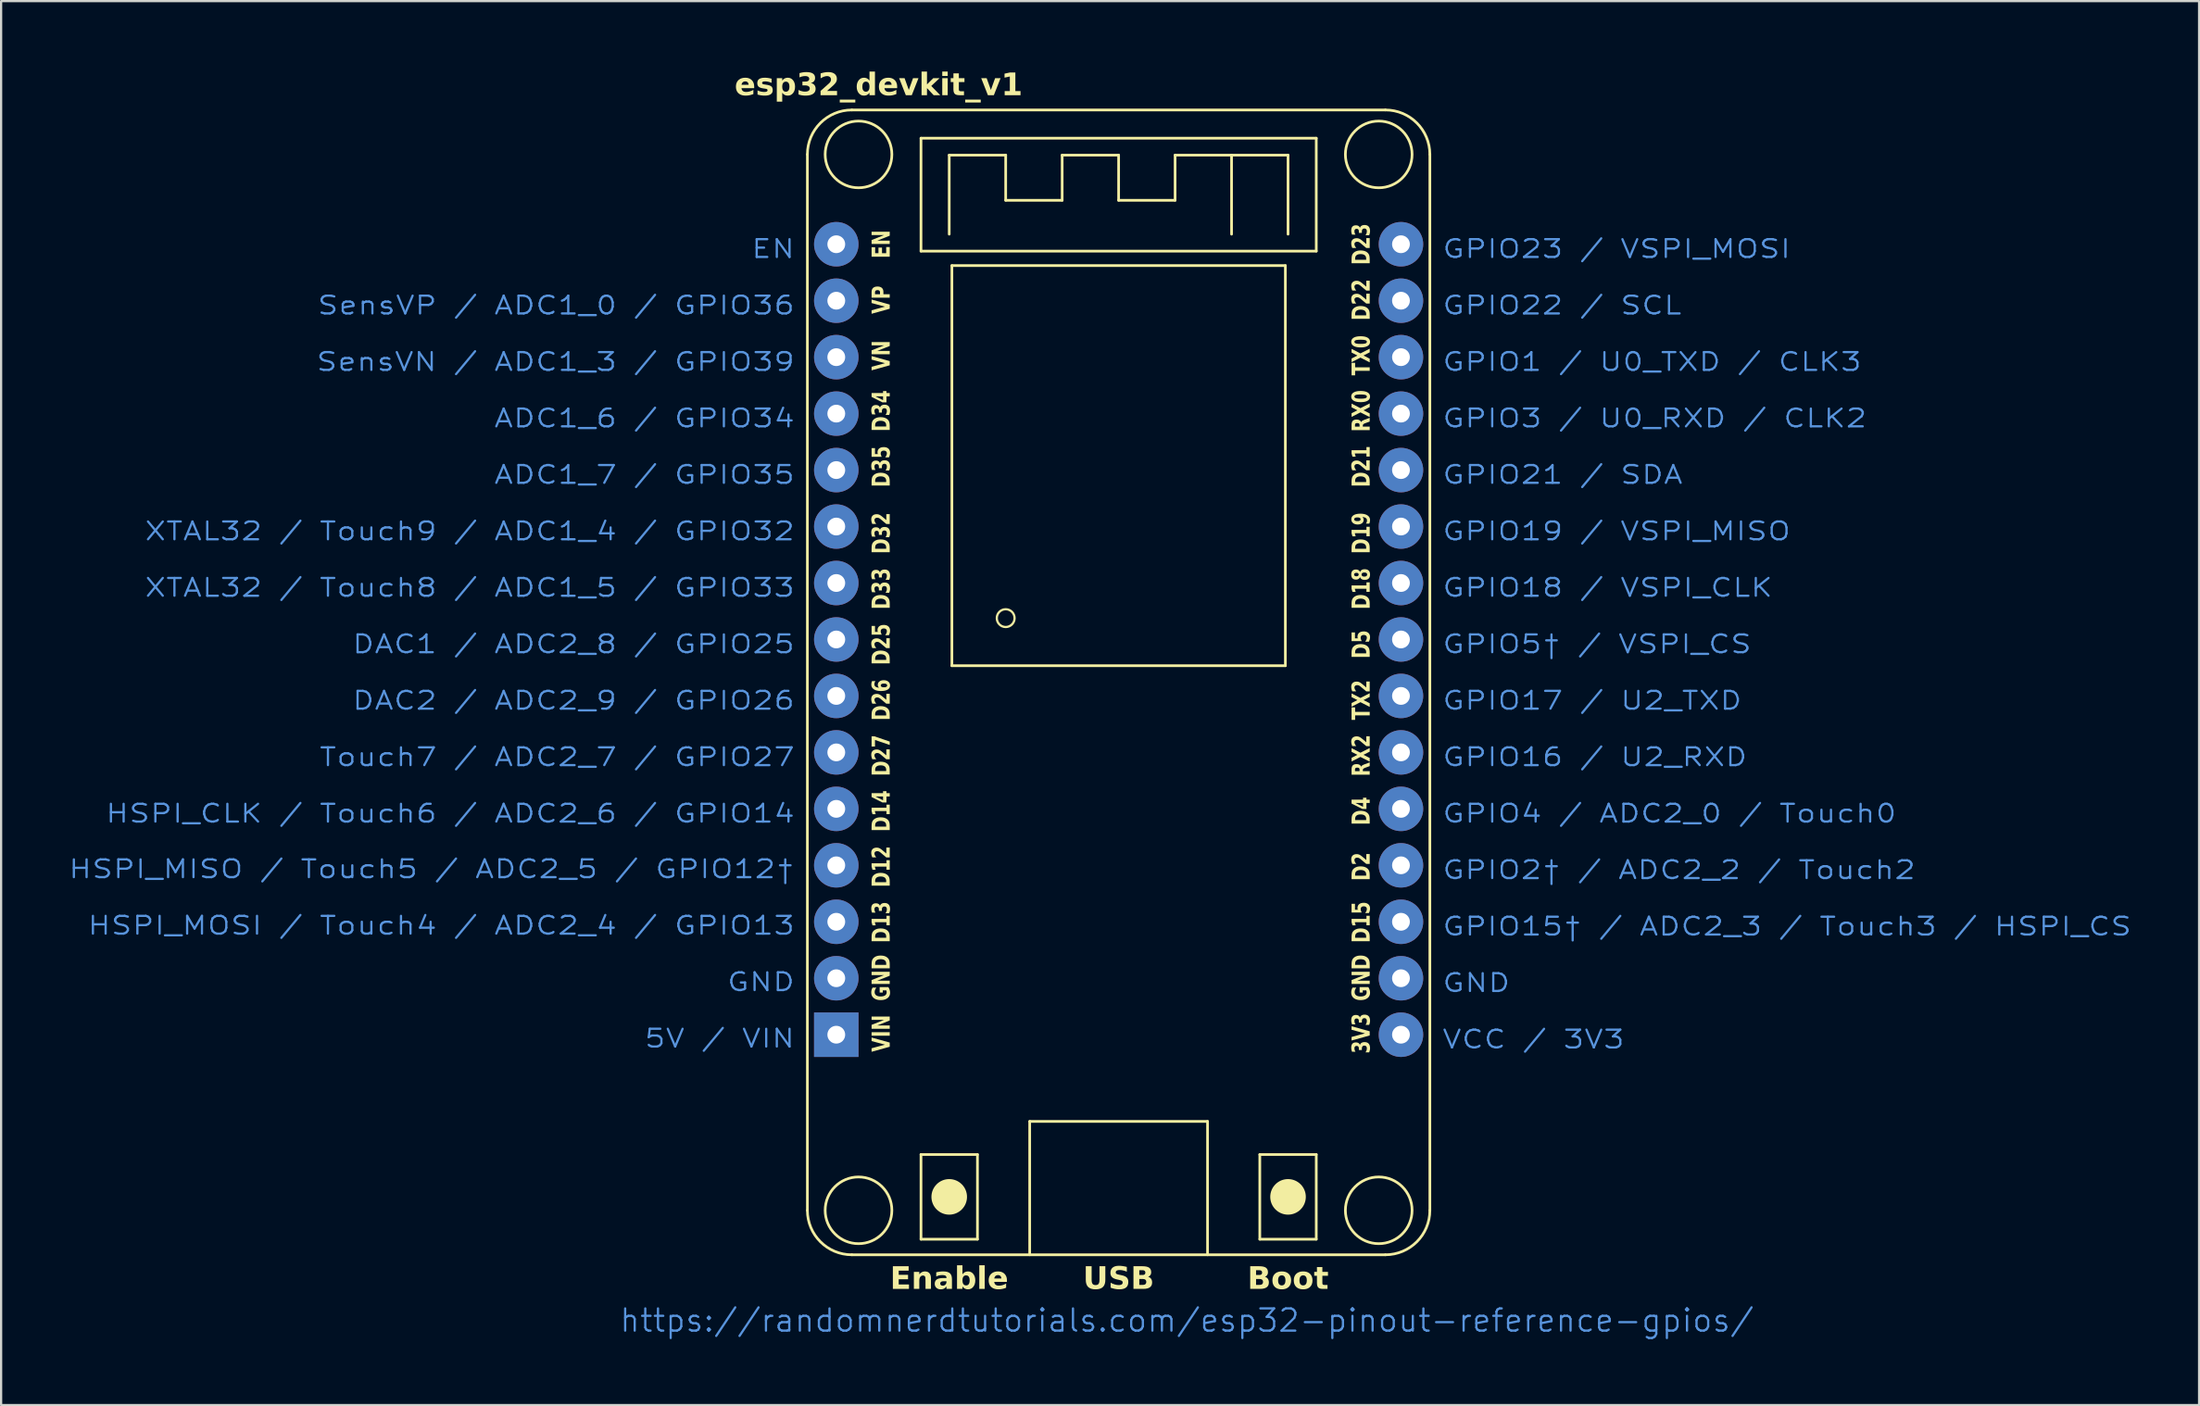
<source format=kicad_pcb>
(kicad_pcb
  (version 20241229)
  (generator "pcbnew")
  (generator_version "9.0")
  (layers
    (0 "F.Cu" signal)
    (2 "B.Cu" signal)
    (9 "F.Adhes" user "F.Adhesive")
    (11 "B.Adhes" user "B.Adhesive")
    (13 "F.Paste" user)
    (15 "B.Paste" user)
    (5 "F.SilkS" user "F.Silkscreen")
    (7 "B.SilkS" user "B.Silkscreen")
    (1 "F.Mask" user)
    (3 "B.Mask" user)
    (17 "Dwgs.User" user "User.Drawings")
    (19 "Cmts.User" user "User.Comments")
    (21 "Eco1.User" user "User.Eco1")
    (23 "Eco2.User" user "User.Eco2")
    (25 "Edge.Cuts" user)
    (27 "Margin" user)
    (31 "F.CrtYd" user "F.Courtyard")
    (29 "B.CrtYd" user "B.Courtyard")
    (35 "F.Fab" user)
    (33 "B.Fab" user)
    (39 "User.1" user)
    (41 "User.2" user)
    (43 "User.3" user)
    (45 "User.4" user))
  (footprint "esp32_devkit_v1"
    (layer "F.Cu")
    (at 47.267 7.937)
    (property "Reference" "esp32_devkit_v1" (at -10.795 -7.12 0) (layer "F.SilkS") (effects (font (face "Verdana") (size 1 1) (thickness 0.15) (bold yes))))
    (attr smd)
    (fp_line (start -14 -4.04) (end -14 43.46) (stroke (width 0.12) (type solid)) (layer "F.SilkS"))
    (fp_line (start -12 -6.04) (end 12 -6.04) (stroke (width 0.12) (type solid)) (layer "F.SilkS"))
    (fp_line (start -12 45.46) (end 12 45.46) (stroke (width 0.12) (type solid)) (layer "F.SilkS"))
    (fp_line (start -8.89 -4.77) (end 8.89 -4.77) (stroke (width 0.12) (type solid)) (layer "F.SilkS"))
    (fp_line (start -8.89 0.31) (end -8.89 -4.77) (stroke (width 0.12) (type solid)) (layer "F.SilkS"))
    (fp_line (start -8.89 40.95) (end -6.35 40.95) (stroke (width 0.12) (type solid)) (layer "F.SilkS"))
    (fp_line (start -8.89 44.76) (end -8.89 40.95) (stroke (width 0.12) (type solid)) (layer "F.SilkS"))
    (fp_line (start -7.62 -4.008) (end -5.08 -4.008) (stroke (width 0.12) (type solid)) (layer "F.SilkS"))
    (fp_line (start -7.62 -0.452) (end -7.62 -4.008) (stroke (width 0.12) (type solid)) (layer "F.SilkS"))
    (fp_line (start -7.5 0.96) (end 7.5 0.96) (stroke (width 0.12) (type solid)) (layer "F.SilkS"))
    (fp_line (start -7.5 18.96) (end -7.5 0.96) (stroke (width 0.12) (type solid)) (layer "F.SilkS"))
    (fp_line (start -6.35 40.95) (end -6.35 44.76) (stroke (width 0.12) (type solid)) (layer "F.SilkS"))
    (fp_line (start -6.35 44.76) (end -8.89 44.76) (stroke (width 0.12) (type solid)) (layer "F.SilkS"))
    (fp_line (start -5.08 -4.008) (end -5.08 -1.976) (stroke (width 0.12) (type solid)) (layer "F.SilkS"))
    (fp_line (start -5.08 -1.976) (end -2.54 -1.976) (stroke (width 0.12) (type solid)) (layer "F.SilkS"))
    (fp_line (start -4 39.46) (end -4 45.46) (stroke (width 0.12) (type solid)) (layer "F.SilkS"))
    (fp_line (start -4 39.46) (end 4 39.46) (stroke (width 0.12) (type solid)) (layer "F.SilkS"))
    (fp_line (start -2.54 -4.008) (end 0 -4.008) (stroke (width 0.12) (type solid)) (layer "F.SilkS"))
    (fp_line (start -2.54 -1.976) (end -2.54 -4.008) (stroke (width 0.12) (type solid)) (layer "F.SilkS"))
    (fp_line (start 0 -4.008) (end 0 -1.976) (stroke (width 0.12) (type solid)) (layer "F.SilkS"))
    (fp_line (start 0 -1.976) (end 2.54 -1.976) (stroke (width 0.12) (type solid)) (layer "F.SilkS"))
    (fp_line (start 2.54 -4.008) (end 7.62 -4.008) (stroke (width 0.12) (type solid)) (layer "F.SilkS"))
    (fp_line (start 2.54 -1.976) (end 2.54 -4.008) (stroke (width 0.12) (type solid)) (layer "F.SilkS"))
    (fp_line (start 4 39.46) (end 4 45.46) (stroke (width 0.12) (type solid)) (layer "F.SilkS"))
    (fp_line (start 5.08 -4.008) (end 5.08 -0.452) (stroke (width 0.12) (type solid)) (layer "F.SilkS"))
    (fp_line (start 6.35 40.95) (end 8.89 40.95) (stroke (width 0.12) (type solid)) (layer "F.SilkS"))
    (fp_line (start 6.35 44.76) (end 6.35 40.95) (stroke (width 0.12) (type solid)) (layer "F.SilkS"))
    (fp_line (start 7.5 0.96) (end 7.5 18.96) (stroke (width 0.12) (type solid)) (layer "F.SilkS"))
    (fp_line (start 7.5 18.96) (end -7.5 18.96) (stroke (width 0.12) (type solid)) (layer "F.SilkS"))
    (fp_line (start 7.62 -4.008) (end 7.62 -0.452) (stroke (width 0.12) (type solid)) (layer "F.SilkS"))
    (fp_line (start 8.89 -4.77) (end 8.89 0.31) (stroke (width 0.12) (type solid)) (layer "F.SilkS"))
    (fp_line (start 8.89 0.31) (end -8.89 0.31) (stroke (width 0.12) (type solid)) (layer "F.SilkS"))
    (fp_line (start 8.89 40.95) (end 8.89 44.76) (stroke (width 0.12) (type solid)) (layer "F.SilkS"))
    (fp_line (start 8.89 44.76) (end 6.35 44.76) (stroke (width 0.12) (type solid)) (layer "F.SilkS"))
    (fp_line (start 14 43.46) (end 14 -4.04) (stroke (width 0.12) (type solid)) (layer "F.SilkS"))
    (fp_arc (start -14 -4.04) (mid -13.414214 -5.454214) (end -12 -6.04) (stroke (width 0.12) (type solid)) (layer "F.SilkS"))
    (fp_arc (start -12 45.46) (mid -13.414214 44.874214) (end -14 43.46) (stroke (width 0.12) (type solid)) (layer "F.SilkS"))
    (fp_arc (start 12 -6.04) (mid 13.414214 -5.454214) (end 14 -4.04) (stroke (width 0.12) (type solid)) (layer "F.SilkS"))
    (fp_arc (start 14 43.46) (mid 13.414214 44.874214) (end 12 45.46) (stroke (width 0.12) (type solid)) (layer "F.SilkS"))
    (fp_circle (center -11.7 -4.04) (end -10.2 -4.04) (stroke (width 0.12) (type solid)) (fill no) (layer "F.SilkS"))
    (fp_circle (center -11.7 43.46) (end -10.2 43.46) (stroke (width 0.12) (type solid)) (fill no) (layer "F.SilkS"))
    (fp_circle (center -7.62 42.855) (end -6.87 42.855) (stroke (width 0.1) (type solid)) (fill yes) (layer "F.SilkS"))
    (fp_circle (center -5.08 16.82) (end -4.68 16.82) (stroke (width 0.1) (type solid)) (fill no) (layer "F.SilkS"))
    (fp_circle (center 7.62 42.855) (end 8.37 42.855) (stroke (width 0.1) (type solid)) (fill yes) (layer "F.SilkS"))
    (fp_circle (center 11.7 -4.04) (end 13.2 -4.04) (stroke (width 0.12) (type solid)) (fill no) (layer "F.SilkS"))
    (fp_circle (center 11.7 43.46) (end 13.2 43.46) (stroke (width 0.12) (type solid)) (fill no) (layer "F.SilkS"))
    (fp_text user "RX2" (at 11.43 23 90) (unlocked yes) (layer "F.SilkS") (effects (font (face "Verdana") (size 0.8 0.6) (thickness 0.1) (bold yes)) (justify bottom)))
    (fp_text user "D32" (at -10.16 13 90) (unlocked yes) (layer "F.SilkS") (effects (font (face "Verdana") (size 0.8 0.6) (thickness 0.1) (bold yes)) (justify bottom)))
    (fp_text user "D12" (at -10.16 28 90) (unlocked yes) (layer "F.SilkS") (effects (font (face "Verdana") (size 0.8 0.6) (thickness 0.1) (bold yes)) (justify bottom)))
    (fp_text user "D26" (at -10.16 20.5 90) (unlocked yes) (layer "F.SilkS") (effects (font (face "Verdana") (size 0.8 0.6) (thickness 0.1) (bold yes)) (justify bottom)))
    (fp_text user "VN" (at -10.16 5 90) (unlocked yes) (layer "F.SilkS") (effects (font (face "Verdana") (size 0.8 0.6) (thickness 0.1) (bold yes)) (justify bottom)))
    (fp_text user "D35" (at -10.16 10 90) (unlocked yes) (layer "F.SilkS") (effects (font (face "Verdana") (size 0.8 0.6) (thickness 0.1) (bold yes)) (justify bottom)))
    (fp_text user "D4" (at 11.43 25.5 90) (unlocked yes) (layer "F.SilkS") (effects (font (face "Verdana") (size 0.8 0.6) (thickness 0.1) (bold yes)) (justify bottom)))
    (fp_text user "D27" (at -10.16 23 90) (unlocked yes) (layer "F.SilkS") (effects (font (face "Verdana") (size 0.8 0.6) (thickness 0.1) (bold yes)) (justify bottom)))
    (fp_text user "3V3" (at 11.43 35.5 90) (unlocked yes) (layer "F.SilkS") (effects (font (face "Verdana") (size 0.8 0.6) (thickness 0.1) (bold yes)) (justify bottom)))
    (fp_text user "D23" (at 11.43 0 90) (unlocked yes) (layer "F.SilkS") (effects (font (face "Verdana") (size 0.8 0.6) (thickness 0.1) (bold yes)) (justify bottom)))
    (fp_text user "D19" (at 11.43 13 90) (unlocked yes) (layer "F.SilkS") (effects (font (face "Verdana") (size 0.8 0.6) (thickness 0.1) (bold yes)) (justify bottom)))
    (fp_text user "D33" (at -10.16 15.5 90) (unlocked yes) (layer "F.SilkS") (effects (font (face "Verdana") (size 0.8 0.6) (thickness 0.1) (bold yes)) (justify bottom)))
    (fp_text user "D2" (at 11.43 28 90) (unlocked yes) (layer "F.SilkS") (effects (font (face "Verdana") (size 0.8 0.6) (thickness 0.1) (bold yes)) (justify bottom)))
    (fp_text user "D22" (at 11.43 2.5 90) (unlocked yes) (layer "F.SilkS") (effects (font (face "Verdana") (size 0.8 0.6) (thickness 0.1) (bold yes)) (justify bottom)))
    (fp_text user "D14" (at -10.16 25.5 90) (unlocked yes) (layer "F.SilkS") (effects (font (face "Verdana") (size 0.8 0.6) (thickness 0.1) (bold yes)) (justify bottom)))
    (fp_text user "Boot" (at 7.62 46.58 0) (layer "F.SilkS") (effects (font (face "Verdana") (size 1 1) (thickness 0.15) (bold yes))))
    (fp_text user "D5" (at 11.43 18 90) (unlocked yes) (layer "F.SilkS") (effects (font (face "Verdana") (size 0.8 0.6) (thickness 0.1) (bold yes)) (justify bottom)))
    (fp_text user "D25" (at -10.16 18 90) (unlocked yes) (layer "F.SilkS") (effects (font (face "Verdana") (size 0.8 0.6) (thickness 0.1) (bold yes)) (justify bottom)))
    (fp_text user "D21" (at 11.43 10 90) (unlocked yes) (layer "F.SilkS") (effects (font (face "Verdana") (size 0.8 0.6) (thickness 0.1) (bold yes)) (justify bottom)))
    (fp_text user "VIN" (at -10.16 35.5 90) (unlocked yes) (layer "F.SilkS") (effects (font (face "Verdana") (size 0.8 0.6) (thickness 0.1) (bold yes)) (justify bottom)))
    (fp_text user "VP" (at -10.16 2.5 90) (unlocked yes) (layer "F.SilkS") (effects (font (face "Verdana") (size 0.8 0.6) (thickness 0.1) (bold yes)) (justify bottom)))
    (fp_text user "RX0" (at 11.43 7.5 90) (unlocked yes) (layer "F.SilkS") (effects (font (face "Verdana") (size 0.8 0.6) (thickness 0.1) (bold yes)) (justify bottom)))
    (fp_text user "TX2" (at 11.43 20.5 90) (unlocked yes) (layer "F.SilkS") (effects (font (face "Verdana") (size 0.8 0.6) (thickness 0.1) (bold yes)) (justify bottom)))
    (fp_text user "USB" (at 0 46.58 0) (layer "F.SilkS") (effects (font (face "Verdana") (size 1 1) (thickness 0.15) (bold yes))))
    (fp_text user "D34" (at -10.16 7.5 90) (unlocked yes) (layer "F.SilkS") (effects (font (face "Verdana") (size 0.8 0.6) (thickness 0.1) (bold yes)) (justify bottom)))
    (fp_text user "Enable" (at -7.62 46.58 0) (layer "F.SilkS") (effects (font (face "Verdana") (size 1 1) (thickness 0.15) (bold yes))))
    (fp_text user "D15" (at 11.43 30.5 90) (unlocked yes) (layer "F.SilkS") (effects (font (face "Verdana") (size 0.8 0.6) (thickness 0.1) (bold yes)) (justify bottom)))
    (fp_text user "GND" (at -10.16 33 90) (unlocked yes) (layer "F.SilkS") (effects (font (face "Verdana") (size 0.8 0.6) (thickness 0.1) (bold yes)) (justify bottom)))
    (fp_text user "GND" (at 11.43 33 90) (unlocked yes) (layer "F.SilkS") (effects (font (face "Verdana") (size 0.8 0.6) (thickness 0.1) (bold yes)) (justify bottom)))
    (fp_text user "EN" (at -10.16 0 90) (unlocked yes) (layer "F.SilkS") (effects (font (face "Verdana") (size 0.8 0.6) (thickness 0.1) (bold yes)) (justify bottom)))
    (fp_text user "D13" (at -10.16 30.5 90) (unlocked yes) (layer "F.SilkS") (effects (font (face "Verdana") (size 0.8 0.6) (thickness 0.1) (bold yes)) (justify bottom)))
    (fp_text user "TX0" (at 11.43 5 90) (unlocked yes) (layer "F.SilkS") (effects (font (face "Verdana") (size 0.8 0.6) (thickness 0.1) (bold yes)) (justify bottom)))
    (fp_text user "D18" (at 11.43 15.5 90) (unlocked yes) (layer "F.SilkS") (effects (font (face "Verdana") (size 0.8 0.6) (thickness 0.1) (bold yes)) (justify bottom)))
    (fp_text user "XTAL32 / Touch8 / ADC1_5 / GPIO33" (at -14.5 15.915 0) (unlocked yes) (layer "Cmts.User") (effects (font (size 0.8 1) (thickness 0.1)) (justify right bottom)))
    (fp_text user "SensVN / ADC1_3 / GPIO39" (at -14.5 5.755 0) (unlocked yes) (layer "Cmts.User") (effects (font (size 0.8 1) (thickness 0.1)) (justify right bottom)))
    (fp_text user "XTAL32 / Touch9 / ADC1_4 / GPIO32" (at -14.5 13.375 0) (unlocked yes) (layer "Cmts.User") (effects (font (size 0.8 1) (thickness 0.1)) (justify right bottom)))
    (fp_text user "GPIO16 / U2_RXD" (at 14.5 23.535 0) (unlocked yes) (layer "Cmts.User") (effects (font (size 0.8 1) (thickness 0.1)) (justify left bottom)))
    (fp_text user "SensVP / ADC1_0 / GPIO36" (at -14.5 3.215 0) (unlocked yes) (layer "Cmts.User") (effects (font (size 0.8 1) (thickness 0.1)) (justify right bottom)))
    (fp_text user "GPIO15† / ADC2_3 / Touch3 / HSPI_CS" (at 14.5 31.155 0) (unlocked yes) (layer "Cmts.User") (effects (font (size 0.8 1) (thickness 0.1)) (justify left bottom)))
    (fp_text user "GND" (at -14.5 33.655 0) (unlocked yes) (layer "Cmts.User") (effects (font (size 0.8 1) (thickness 0.1)) (justify right bottom)))
    (fp_text user "GND" (at 14.5 33.695 0) (unlocked yes) (layer "Cmts.User") (effects (font (size 0.8 1) (thickness 0.1)) (justify left bottom)))
    (fp_text user "GPIO22 / SCL" (at 14.5 3.215 0) (unlocked yes) (layer "Cmts.User") (effects (font (size 0.8 1) (thickness 0.1)) (justify left bottom)))
    (fp_text user "GPIO3 / U0_RXD / CLK2" (at 14.5 8.295 0) (unlocked yes) (layer "Cmts.User") (effects (font (size 0.8 1) (thickness 0.1)) (justify left bottom)))
    (fp_text user "5V / VIN" (at -14.5 36.195 0) (unlocked yes) (layer "Cmts.User") (effects (font (size 0.8 1) (thickness 0.1)) (justify right bottom)))
    (fp_text user "GPIO18 / VSPI_CLK" (at 14.5 15.915 0) (unlocked yes) (layer "Cmts.User") (effects (font (size 0.8 1) (thickness 0.1)) (justify left bottom)))
    (fp_text user "GPIO21 / SDA" (at 14.5 10.835 0) (unlocked yes) (layer "Cmts.User") (effects (font (size 0.8 1) (thickness 0.1)) (justify left bottom)))
    (fp_text user "GPIO2† / ADC2_2 / Touch2" (at 14.5 28.615 0) (unlocked yes) (layer "Cmts.User") (effects (font (size 0.8 1) (thickness 0.1)) (justify left bottom)))
    (fp_text user "GPIO23 / VSPI_MOSI" (at 14.5 0.675 0) (unlocked yes) (layer "Cmts.User") (effects (font (size 0.8 1) (thickness 0.1)) (justify left bottom)))
    (fp_text user "GPIO1 / U0_TXD / CLK3" (at 14.5 5.755 0) (unlocked yes) (layer "Cmts.User") (effects (font (size 0.8 1) (thickness 0.1)) (justify left bottom)))
    (fp_text user "ADC1_6 / GPIO34" (at -14.5 8.295 0) (unlocked yes) (layer "Cmts.User") (effects (font (size 0.8 1) (thickness 0.1)) (justify right bottom)))
    (fp_text user "GPIO5† / VSPI_CS" (at 14.5 18.455 0) (unlocked yes) (layer "Cmts.User") (effects (font (size 0.8 1) (thickness 0.1)) (justify left bottom)))
    (fp_text user "Touch7 / ADC2_7 / GPIO27" (at -14.5 23.535 0) (unlocked yes) (layer "Cmts.User") (effects (font (size 0.8 1) (thickness 0.1)) (justify right bottom)))
    (fp_text user "GPIO17 / U2_TXD" (at 14.5 20.995 0) (unlocked yes) (layer "Cmts.User") (effects (font (size 0.8 1) (thickness 0.1)) (justify left bottom)))
    (fp_text user "DAC2 / ADC2_9 / GPIO26" (at -14.5 20.995 0) (unlocked yes) (layer "Cmts.User") (effects (font (size 0.8 1) (thickness 0.1)) (justify right bottom)))
    (fp_text user "HSPI_MOSI / Touch4 / ADC2_4 / GPIO13" (at -14.5 31.115 0) (unlocked yes) (layer "Cmts.User") (effects (font (size 0.8 1) (thickness 0.1)) (justify right bottom)))
    (fp_text user "GPIO19 / VSPI_MISO" (at 14.5 13.375 0) (unlocked yes) (layer "Cmts.User") (effects (font (size 0.8 1) (thickness 0.1)) (justify left bottom)))
    (fp_text user "HSPI_MISO / Touch5 / ADC2_5 / GPIO12†" (at -14.5 28.575 0) (unlocked yes) (layer "Cmts.User") (effects (font (size 0.8 1) (thickness 0.1)) (justify right bottom)))
    (fp_text user "GPIO4 / ADC2_0 / Touch0" (at 14.5 26.075 0) (unlocked yes) (layer "Cmts.User") (effects (font (size 0.8 1) (thickness 0.1)) (justify left bottom)))
    (fp_text user "HSPI_CLK / Touch6 / ADC2_6 / GPIO14" (at -14.5 26.075 0) (unlocked yes) (layer "Cmts.User") (effects (font (size 0.8 1) (thickness 0.1)) (justify right bottom)))
    (fp_text user "DAC1 / ADC2_8 / GPIO25" (at -14.5 18.455 0) (unlocked yes) (layer "Cmts.User") (effects (font (size 0.8 1) (thickness 0.1)) (justify right bottom)))
    (fp_text user "EN" (at -14.5 0.675 0) (unlocked yes) (layer "Cmts.User") (effects (font (size 0.8 1) (thickness 0.1)) (justify right bottom)))
    (fp_text user "https://randomnerdtutorials.com/esp32-pinout-reference-gpios/" (at -22.5 49 0) (unlocked yes) (layer "Cmts.User") (effects (font (size 1 1) (thickness 0.1)) (justify left bottom)))
    (fp_text user "ADC1_7 / GPIO35" (at -14.5 10.835 0) (unlocked yes) (layer "Cmts.User") (effects (font (size 0.8 1) (thickness 0.1)) (justify right bottom)))
    (fp_text user "VCC / 3V3" (at 14.5 36.235 0) (unlocked yes) (layer "Cmts.User") (effects (font (size 0.8 1) (thickness 0.1)) (justify left bottom)))
    (pad "1" thru_hole rect (at -12.7 35.56) (size 2 2) (drill 0.8) (layers "*.Cu" "*.Mask"))
    (pad "2" thru_hole circle (at -12.7 33.02) (size 2 2) (drill 0.8) (layers "*.Cu" "*.Mask"))
    (pad "3" thru_hole circle (at -12.7 30.48) (size 2 2) (drill 0.8) (layers "*.Cu" "*.Mask"))
    (pad "4" thru_hole circle (at -12.7 27.94) (size 2 2) (drill 0.8) (layers "*.Cu" "*.Mask"))
    (pad "5" thru_hole circle (at -12.7 25.4) (size 2 2) (drill 0.8) (layers "*.Cu" "*.Mask"))
    (pad "6" thru_hole circle (at -12.7 22.86) (size 2 2) (drill 0.8) (layers "*.Cu" "*.Mask"))
    (pad "7" thru_hole circle (at -12.7 20.32) (size 2 2) (drill 0.8) (layers "*.Cu" "*.Mask"))
    (pad "8" thru_hole circle (at -12.7 17.78) (size 2 2) (drill 0.8) (layers "*.Cu" "*.Mask"))
    (pad "9" thru_hole circle (at -12.7 15.24) (size 2 2) (drill 0.8) (layers "*.Cu" "*.Mask"))
    (pad "10" thru_hole circle (at -12.7 12.7) (size 2 2) (drill 0.8) (layers "*.Cu" "*.Mask"))
    (pad "11" thru_hole circle (at -12.7 10.16) (size 2 2) (drill 0.8) (layers "*.Cu" "*.Mask"))
    (pad "12" thru_hole circle (at -12.7 7.62) (size 2 2) (drill 0.8) (layers "*.Cu" "*.Mask"))
    (pad "13" thru_hole circle (at -12.7 5.08) (size 2 2) (drill 0.8) (layers "*.Cu" "*.Mask"))
    (pad "14" thru_hole circle (at -12.7 2.54) (size 2 2) (drill 0.8) (layers "*.Cu" "*.Mask"))
    (pad "15" thru_hole circle (at -12.7 0) (size 2 2) (drill 0.8) (layers "*.Cu" "*.Mask"))
    (pad "16" thru_hole circle (at 12.7 35.56) (size 2 2) (drill 0.8) (layers "*.Cu" "*.Mask"))
    (pad "17" thru_hole circle (at 12.7 33.02) (size 2 2) (drill 0.8) (layers "*.Cu" "*.Mask"))
    (pad "18" thru_hole circle (at 12.7 30.48) (size 2 2) (drill 0.8) (layers "*.Cu" "*.Mask"))
    (pad "19" thru_hole circle (at 12.7 27.94) (size 2 2) (drill 0.8) (layers "*.Cu" "*.Mask"))
    (pad "20" thru_hole circle (at 12.7 25.4) (size 2 2) (drill 0.8) (layers "*.Cu" "*.Mask"))
    (pad "21" thru_hole circle (at 12.7 22.86) (size 2 2) (drill 0.8) (layers "*.Cu" "*.Mask"))
    (pad "22" thru_hole circle (at 12.7 20.32) (size 2 2) (drill 0.8) (layers "*.Cu" "*.Mask"))
    (pad "23" thru_hole circle (at 12.7 17.78) (size 2 2) (drill 0.8) (layers "*.Cu" "*.Mask"))
    (pad "24" thru_hole circle (at 12.7 15.24) (size 2 2) (drill 0.8) (layers "*.Cu" "*.Mask"))
    (pad "25" thru_hole circle (at 12.7 12.7) (size 2 2) (drill 0.8) (layers "*.Cu" "*.Mask"))
    (pad "26" thru_hole circle (at 12.7 10.16) (size 2 2) (drill 0.8) (layers "*.Cu" "*.Mask"))
    (pad "27" thru_hole circle (at 12.7 7.62) (size 2 2) (drill 0.8) (layers "*.Cu" "*.Mask"))
    (pad "28" thru_hole circle (at 12.7 5.08) (size 2 2) (drill 0.8) (layers "*.Cu" "*.Mask"))
    (pad "29" thru_hole circle (at 12.7 2.54) (size 2 2) (drill 0.8) (layers "*.Cu" "*.Mask"))
    (pad "30" thru_hole circle (at 12.7 0) (size 2 2) (drill 0.8) (layers "*.Cu" "*.Mask")))
  (gr_rect
    (start -3 -3)
    (end 95.867 60.158)
    (stroke (width 0.1) (type default))
    (fill no)
    (layer "Edge.Cuts")))
</source>
